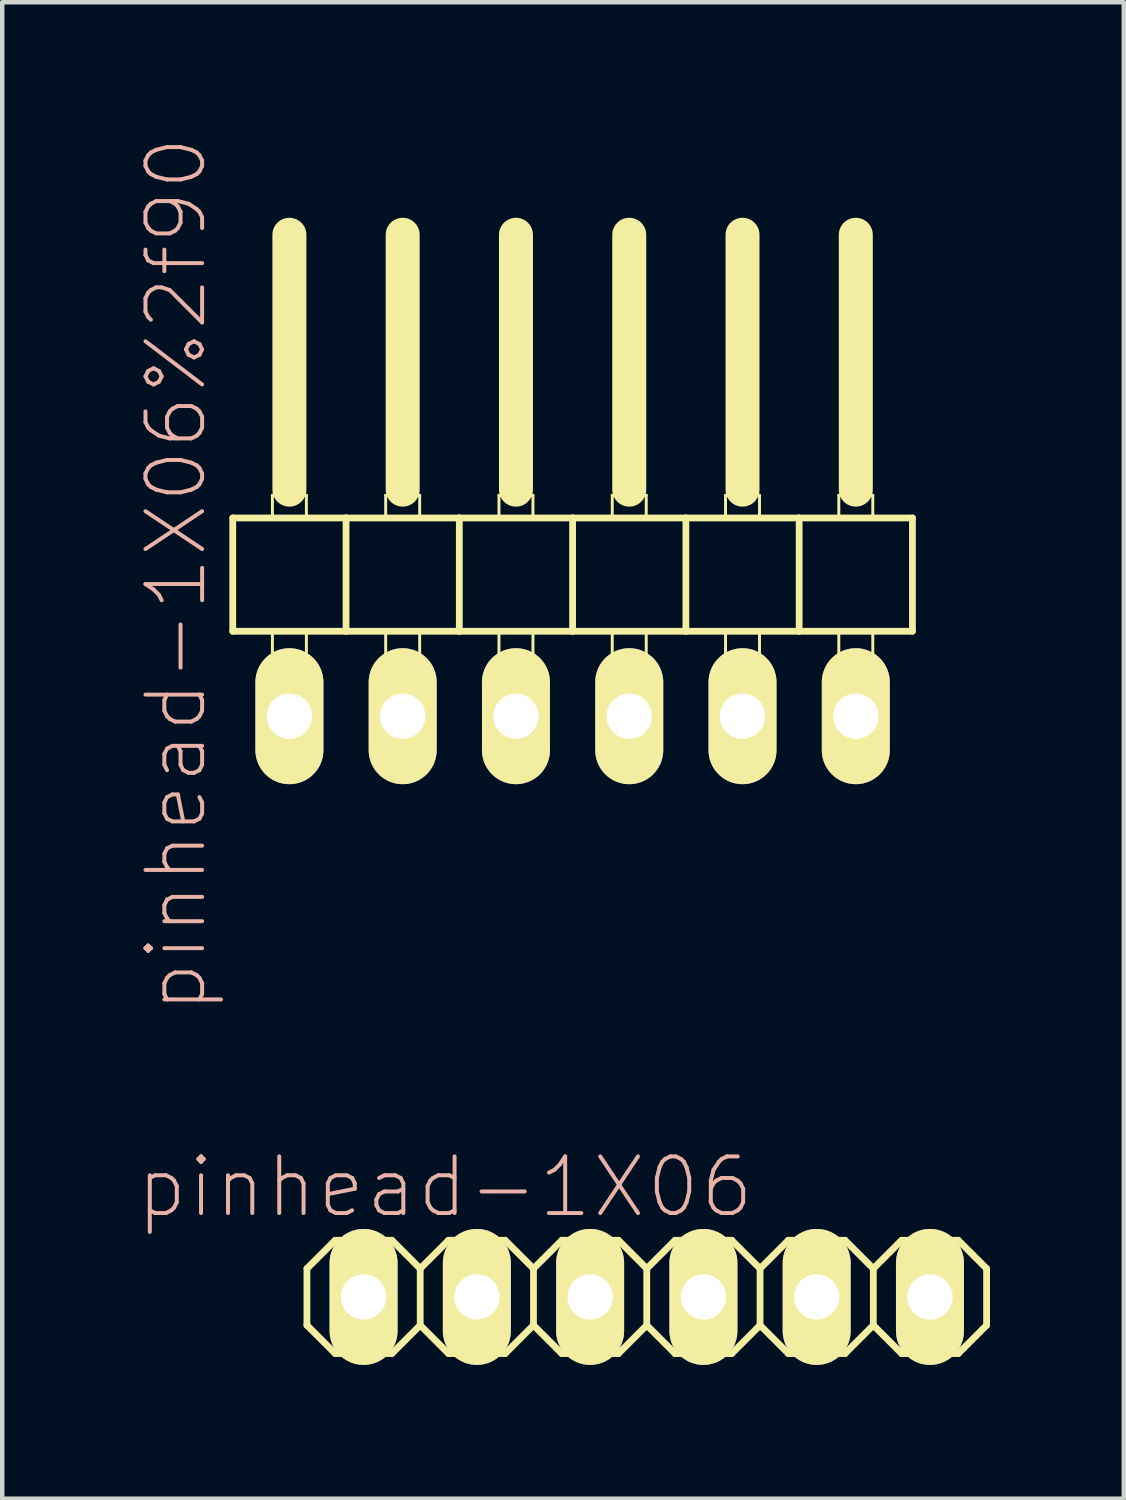
<source format=kicad_pcb>
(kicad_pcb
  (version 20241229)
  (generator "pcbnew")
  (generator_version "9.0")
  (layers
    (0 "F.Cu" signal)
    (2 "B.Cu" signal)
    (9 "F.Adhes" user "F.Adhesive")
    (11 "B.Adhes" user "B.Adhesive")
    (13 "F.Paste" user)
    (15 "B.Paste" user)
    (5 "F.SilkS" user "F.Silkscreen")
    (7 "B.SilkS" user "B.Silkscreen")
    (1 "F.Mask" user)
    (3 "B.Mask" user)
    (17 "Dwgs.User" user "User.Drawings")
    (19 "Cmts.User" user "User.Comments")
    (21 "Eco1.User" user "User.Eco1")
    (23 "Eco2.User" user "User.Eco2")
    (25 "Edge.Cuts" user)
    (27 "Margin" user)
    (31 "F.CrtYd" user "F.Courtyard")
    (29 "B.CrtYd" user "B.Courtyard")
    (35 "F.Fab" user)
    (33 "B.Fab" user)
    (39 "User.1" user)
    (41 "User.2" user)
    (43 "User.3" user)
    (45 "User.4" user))
  (footprint "pinhead-1X06%2f90"
    (layer "F.Cu")
    (at 9.789 9.199)
    (property "Reference" "pinhead-1X06%2f90" (at -8.89 0.635 90) (layer "B.SilkS") (effects (font (size 1.27 1.27) (thickness 0.089))))
    (attr exclude_from_pos_files exclude_from_bom)
    (fp_line (start -7.62 -0.635) (end -7.62 1.905) (stroke (width 0.152) (type solid)) (layer "F.SilkS"))
    (fp_line (start -7.62 1.905) (end -5.08 1.905) (stroke (width 0.152) (type solid)) (layer "F.SilkS"))
    (fp_line (start -6.731 -1.143) (end -5.969 -1.143) (stroke (width 0.066) (type solid)) (layer "F.SilkS"))
    (fp_line (start -6.731 -0.635) (end -6.731 -1.143) (stroke (width 0.066) (type solid)) (layer "F.SilkS"))
    (fp_line (start -6.731 -0.635) (end -5.969 -0.635) (stroke (width 0.066) (type solid)) (layer "F.SilkS"))
    (fp_line (start -6.731 1.905) (end -5.969 1.905) (stroke (width 0.066) (type solid)) (layer "F.SilkS"))
    (fp_line (start -6.731 2.921) (end -6.731 1.905) (stroke (width 0.066) (type solid)) (layer "F.SilkS"))
    (fp_line (start -6.731 2.921) (end -5.969 2.921) (stroke (width 0.066) (type solid)) (layer "F.SilkS"))
    (fp_line (start -6.35 -6.985) (end -6.35 -1.27) (stroke (width 0.762) (type solid)) (layer "F.SilkS"))
    (fp_line (start -5.969 -0.635) (end -5.969 -1.143) (stroke (width 0.066) (type solid)) (layer "F.SilkS"))
    (fp_line (start -5.969 2.921) (end -5.969 1.905) (stroke (width 0.066) (type solid)) (layer "F.SilkS"))
    (fp_line (start -5.08 -0.635) (end -7.62 -0.635) (stroke (width 0.152) (type solid)) (layer "F.SilkS"))
    (fp_line (start -5.08 1.905) (end -5.08 -0.635) (stroke (width 0.152) (type solid)) (layer "F.SilkS"))
    (fp_line (start -5.08 1.905) (end -2.54 1.905) (stroke (width 0.152) (type solid)) (layer "F.SilkS"))
    (fp_line (start -4.191 -1.143) (end -3.429 -1.143) (stroke (width 0.066) (type solid)) (layer "F.SilkS"))
    (fp_line (start -4.191 -0.635) (end -4.191 -1.143) (stroke (width 0.066) (type solid)) (layer "F.SilkS"))
    (fp_line (start -4.191 -0.635) (end -3.429 -0.635) (stroke (width 0.066) (type solid)) (layer "F.SilkS"))
    (fp_line (start -4.191 1.905) (end -3.429 1.905) (stroke (width 0.066) (type solid)) (layer "F.SilkS"))
    (fp_line (start -4.191 2.921) (end -4.191 1.905) (stroke (width 0.066) (type solid)) (layer "F.SilkS"))
    (fp_line (start -4.191 2.921) (end -3.429 2.921) (stroke (width 0.066) (type solid)) (layer "F.SilkS"))
    (fp_line (start -3.81 -6.985) (end -3.81 -1.27) (stroke (width 0.762) (type solid)) (layer "F.SilkS"))
    (fp_line (start -3.429 -0.635) (end -3.429 -1.143) (stroke (width 0.066) (type solid)) (layer "F.SilkS"))
    (fp_line (start -3.429 2.921) (end -3.429 1.905) (stroke (width 0.066) (type solid)) (layer "F.SilkS"))
    (fp_line (start -2.54 -0.635) (end -5.08 -0.635) (stroke (width 0.152) (type solid)) (layer "F.SilkS"))
    (fp_line (start -2.54 1.905) (end -2.54 -0.635) (stroke (width 0.152) (type solid)) (layer "F.SilkS"))
    (fp_line (start -2.54 1.905) (end 0 1.905) (stroke (width 0.152) (type solid)) (layer "F.SilkS"))
    (fp_line (start -1.651 -1.143) (end -0.889 -1.143) (stroke (width 0.066) (type solid)) (layer "F.SilkS"))
    (fp_line (start -1.651 -0.635) (end -1.651 -1.143) (stroke (width 0.066) (type solid)) (layer "F.SilkS"))
    (fp_line (start -1.651 -0.635) (end -0.889 -0.635) (stroke (width 0.066) (type solid)) (layer "F.SilkS"))
    (fp_line (start -1.651 1.905) (end -0.889 1.905) (stroke (width 0.066) (type solid)) (layer "F.SilkS"))
    (fp_line (start -1.651 2.921) (end -1.651 1.905) (stroke (width 0.066) (type solid)) (layer "F.SilkS"))
    (fp_line (start -1.651 2.921) (end -0.889 2.921) (stroke (width 0.066) (type solid)) (layer "F.SilkS"))
    (fp_line (start -1.27 -6.985) (end -1.27 -1.27) (stroke (width 0.762) (type solid)) (layer "F.SilkS"))
    (fp_line (start -0.889 -0.635) (end -0.889 -1.143) (stroke (width 0.066) (type solid)) (layer "F.SilkS"))
    (fp_line (start -0.889 2.921) (end -0.889 1.905) (stroke (width 0.066) (type solid)) (layer "F.SilkS"))
    (fp_line (start 0 -0.635) (end -2.54 -0.635) (stroke (width 0.152) (type solid)) (layer "F.SilkS"))
    (fp_line (start 0 1.905) (end 0 -0.635) (stroke (width 0.152) (type solid)) (layer "F.SilkS"))
    (fp_line (start 0 1.905) (end 2.54 1.905) (stroke (width 0.152) (type solid)) (layer "F.SilkS"))
    (fp_line (start 0.889 -1.143) (end 1.651 -1.143) (stroke (width 0.066) (type solid)) (layer "F.SilkS"))
    (fp_line (start 0.889 -0.635) (end 0.889 -1.143) (stroke (width 0.066) (type solid)) (layer "F.SilkS"))
    (fp_line (start 0.889 -0.635) (end 1.651 -0.635) (stroke (width 0.066) (type solid)) (layer "F.SilkS"))
    (fp_line (start 0.889 1.905) (end 1.651 1.905) (stroke (width 0.066) (type solid)) (layer "F.SilkS"))
    (fp_line (start 0.889 2.921) (end 0.889 1.905) (stroke (width 0.066) (type solid)) (layer "F.SilkS"))
    (fp_line (start 0.889 2.921) (end 1.651 2.921) (stroke (width 0.066) (type solid)) (layer "F.SilkS"))
    (fp_line (start 1.27 -6.985) (end 1.27 -1.27) (stroke (width 0.762) (type solid)) (layer "F.SilkS"))
    (fp_line (start 1.651 -0.635) (end 1.651 -1.143) (stroke (width 0.066) (type solid)) (layer "F.SilkS"))
    (fp_line (start 1.651 2.921) (end 1.651 1.905) (stroke (width 0.066) (type solid)) (layer "F.SilkS"))
    (fp_line (start 2.54 -0.635) (end 0 -0.635) (stroke (width 0.152) (type solid)) (layer "F.SilkS"))
    (fp_line (start 2.54 1.905) (end 2.54 -0.635) (stroke (width 0.152) (type solid)) (layer "F.SilkS"))
    (fp_line (start 2.54 1.905) (end 5.08 1.905) (stroke (width 0.152) (type solid)) (layer "F.SilkS"))
    (fp_line (start 3.429 -1.143) (end 4.191 -1.143) (stroke (width 0.066) (type solid)) (layer "F.SilkS"))
    (fp_line (start 3.429 -0.635) (end 3.429 -1.143) (stroke (width 0.066) (type solid)) (layer "F.SilkS"))
    (fp_line (start 3.429 -0.635) (end 4.191 -0.635) (stroke (width 0.066) (type solid)) (layer "F.SilkS"))
    (fp_line (start 3.429 1.905) (end 4.191 1.905) (stroke (width 0.066) (type solid)) (layer "F.SilkS"))
    (fp_line (start 3.429 2.921) (end 3.429 1.905) (stroke (width 0.066) (type solid)) (layer "F.SilkS"))
    (fp_line (start 3.429 2.921) (end 4.191 2.921) (stroke (width 0.066) (type solid)) (layer "F.SilkS"))
    (fp_line (start 3.81 -6.985) (end 3.81 -1.27) (stroke (width 0.762) (type solid)) (layer "F.SilkS"))
    (fp_line (start 4.191 -0.635) (end 4.191 -1.143) (stroke (width 0.066) (type solid)) (layer "F.SilkS"))
    (fp_line (start 4.191 2.921) (end 4.191 1.905) (stroke (width 0.066) (type solid)) (layer "F.SilkS"))
    (fp_line (start 5.08 -0.635) (end 2.54 -0.635) (stroke (width 0.152) (type solid)) (layer "F.SilkS"))
    (fp_line (start 5.08 1.905) (end 5.08 -0.635) (stroke (width 0.152) (type solid)) (layer "F.SilkS"))
    (fp_line (start 5.08 1.905) (end 7.62 1.905) (stroke (width 0.152) (type solid)) (layer "F.SilkS"))
    (fp_line (start 5.969 -1.143) (end 6.731 -1.143) (stroke (width 0.066) (type solid)) (layer "F.SilkS"))
    (fp_line (start 5.969 -0.635) (end 5.969 -1.143) (stroke (width 0.066) (type solid)) (layer "F.SilkS"))
    (fp_line (start 5.969 -0.635) (end 6.731 -0.635) (stroke (width 0.066) (type solid)) (layer "F.SilkS"))
    (fp_line (start 5.969 1.905) (end 6.731 1.905) (stroke (width 0.066) (type solid)) (layer "F.SilkS"))
    (fp_line (start 5.969 2.921) (end 5.969 1.905) (stroke (width 0.066) (type solid)) (layer "F.SilkS"))
    (fp_line (start 5.969 2.921) (end 6.731 2.921) (stroke (width 0.066) (type solid)) (layer "F.SilkS"))
    (fp_line (start 6.35 -6.985) (end 6.35 -1.27) (stroke (width 0.762) (type solid)) (layer "F.SilkS"))
    (fp_line (start 6.731 -0.635) (end 6.731 -1.143) (stroke (width 0.066) (type solid)) (layer "F.SilkS"))
    (fp_line (start 6.731 2.921) (end 6.731 1.905) (stroke (width 0.066) (type solid)) (layer "F.SilkS"))
    (fp_line (start 7.62 -0.635) (end 5.08 -0.635) (stroke (width 0.152) (type solid)) (layer "F.SilkS"))
    (fp_line (start 7.62 1.905) (end 7.62 -0.635) (stroke (width 0.152) (type solid)) (layer "F.SilkS"))
    (pad "1" thru_hole oval (at -6.35 3.81) (size 1.524 3.048) (drill 1.016) (layers "*.Cu" "F.Mask" "F.SilkS" "F.Paste"))
    (pad "2" thru_hole oval (at -3.81 3.81) (size 1.524 3.048) (drill 1.016) (layers "*.Cu" "F.Mask" "F.SilkS" "F.Paste"))
    (pad "3" thru_hole oval (at -1.27 3.81) (size 1.524 3.048) (drill 1.016) (layers "*.Cu" "F.Mask" "F.SilkS" "F.Paste"))
    (pad "4" thru_hole oval (at 1.27 3.81) (size 1.524 3.048) (drill 1.016) (layers "*.Cu" "F.Mask" "F.SilkS" "F.Paste"))
    (pad "5" thru_hole oval (at 3.81 3.81) (size 1.524 3.048) (drill 1.016) (layers "*.Cu" "F.Mask" "F.SilkS" "F.Paste"))
    (pad "6" thru_hole oval (at 6.35 3.81) (size 1.524 3.048) (drill 1.016) (layers "*.Cu" "F.Mask" "F.SilkS" "F.Paste")))
  (footprint "pinhead-1X06"
    (layer "F.Cu")
    (at 11.452 26.03)
    (property "Reference" "pinhead-1X06" (at -4.521 -2.464 0) (layer "B.SilkS") (effects (font (size 1.27 1.27) (thickness 0.089))))
    (attr exclude_from_pos_files exclude_from_bom)
    (fp_line (start -7.62 -0.635) (end -7.62 0.635) (stroke (width 0.152) (type solid)) (layer "F.SilkS"))
    (fp_line (start -7.62 0.635) (end -6.985 1.27) (stroke (width 0.152) (type solid)) (layer "F.SilkS"))
    (fp_line (start -6.985 -1.27) (end -7.62 -0.635) (stroke (width 0.152) (type solid)) (layer "F.SilkS"))
    (fp_line (start -6.985 -1.27) (end -5.715 -1.27) (stroke (width 0.152) (type solid)) (layer "F.SilkS"))
    (fp_line (start -6.604 -0.254) (end -6.096 -0.254) (stroke (width 0.066) (type solid)) (layer "F.SilkS"))
    (fp_line (start -6.604 0.254) (end -6.604 -0.254) (stroke (width 0.066) (type solid)) (layer "F.SilkS"))
    (fp_line (start -6.604 0.254) (end -6.096 0.254) (stroke (width 0.066) (type solid)) (layer "F.SilkS"))
    (fp_line (start -6.096 0.254) (end -6.096 -0.254) (stroke (width 0.066) (type solid)) (layer "F.SilkS"))
    (fp_line (start -5.715 -1.27) (end -5.08 -0.635) (stroke (width 0.152) (type solid)) (layer "F.SilkS"))
    (fp_line (start -5.715 1.27) (end -6.985 1.27) (stroke (width 0.152) (type solid)) (layer "F.SilkS"))
    (fp_line (start -5.08 -0.635) (end -5.08 0.635) (stroke (width 0.152) (type solid)) (layer "F.SilkS"))
    (fp_line (start -5.08 -0.635) (end -4.445 -1.27) (stroke (width 0.152) (type solid)) (layer "F.SilkS"))
    (fp_line (start -5.08 0.635) (end -5.715 1.27) (stroke (width 0.152) (type solid)) (layer "F.SilkS"))
    (fp_line (start -4.445 -1.27) (end -3.175 -1.27) (stroke (width 0.152) (type solid)) (layer "F.SilkS"))
    (fp_line (start -4.445 1.27) (end -5.08 0.635) (stroke (width 0.152) (type solid)) (layer "F.SilkS"))
    (fp_line (start -4.064 -0.254) (end -3.556 -0.254) (stroke (width 0.066) (type solid)) (layer "F.SilkS"))
    (fp_line (start -4.064 0.254) (end -4.064 -0.254) (stroke (width 0.066) (type solid)) (layer "F.SilkS"))
    (fp_line (start -4.064 0.254) (end -3.556 0.254) (stroke (width 0.066) (type solid)) (layer "F.SilkS"))
    (fp_line (start -3.556 0.254) (end -3.556 -0.254) (stroke (width 0.066) (type solid)) (layer "F.SilkS"))
    (fp_line (start -3.175 -1.27) (end -2.54 -0.635) (stroke (width 0.152) (type solid)) (layer "F.SilkS"))
    (fp_line (start -3.175 1.27) (end -4.445 1.27) (stroke (width 0.152) (type solid)) (layer "F.SilkS"))
    (fp_line (start -2.54 -0.635) (end -2.54 0.635) (stroke (width 0.152) (type solid)) (layer "F.SilkS"))
    (fp_line (start -2.54 -0.635) (end -1.905 -1.27) (stroke (width 0.152) (type solid)) (layer "F.SilkS"))
    (fp_line (start -2.54 0.635) (end -3.175 1.27) (stroke (width 0.152) (type solid)) (layer "F.SilkS"))
    (fp_line (start -1.905 -1.27) (end -0.635 -1.27) (stroke (width 0.152) (type solid)) (layer "F.SilkS"))
    (fp_line (start -1.905 1.27) (end -2.54 0.635) (stroke (width 0.152) (type solid)) (layer "F.SilkS"))
    (fp_line (start -1.524 -0.254) (end -1.016 -0.254) (stroke (width 0.066) (type solid)) (layer "F.SilkS"))
    (fp_line (start -1.524 0.254) (end -1.524 -0.254) (stroke (width 0.066) (type solid)) (layer "F.SilkS"))
    (fp_line (start -1.524 0.254) (end -1.016 0.254) (stroke (width 0.066) (type solid)) (layer "F.SilkS"))
    (fp_line (start -1.016 0.254) (end -1.016 -0.254) (stroke (width 0.066) (type solid)) (layer "F.SilkS"))
    (fp_line (start -0.635 -1.27) (end 0 -0.635) (stroke (width 0.152) (type solid)) (layer "F.SilkS"))
    (fp_line (start -0.635 1.27) (end -1.905 1.27) (stroke (width 0.152) (type solid)) (layer "F.SilkS"))
    (fp_line (start 0 -0.635) (end 0 0.635) (stroke (width 0.152) (type solid)) (layer "F.SilkS"))
    (fp_line (start 0 0.635) (end -0.635 1.27) (stroke (width 0.152) (type solid)) (layer "F.SilkS"))
    (fp_line (start 0 0.635) (end 0.635 1.27) (stroke (width 0.152) (type solid)) (layer "F.SilkS"))
    (fp_line (start 0.635 -1.27) (end 0 -0.635) (stroke (width 0.152) (type solid)) (layer "F.SilkS"))
    (fp_line (start 0.635 -1.27) (end 1.905 -1.27) (stroke (width 0.152) (type solid)) (layer "F.SilkS"))
    (fp_line (start 1.016 -0.254) (end 1.524 -0.254) (stroke (width 0.066) (type solid)) (layer "F.SilkS"))
    (fp_line (start 1.016 0.254) (end 1.016 -0.254) (stroke (width 0.066) (type solid)) (layer "F.SilkS"))
    (fp_line (start 1.016 0.254) (end 1.524 0.254) (stroke (width 0.066) (type solid)) (layer "F.SilkS"))
    (fp_line (start 1.524 0.254) (end 1.524 -0.254) (stroke (width 0.066) (type solid)) (layer "F.SilkS"))
    (fp_line (start 1.905 -1.27) (end 2.54 -0.635) (stroke (width 0.152) (type solid)) (layer "F.SilkS"))
    (fp_line (start 1.905 1.27) (end 0.635 1.27) (stroke (width 0.152) (type solid)) (layer "F.SilkS"))
    (fp_line (start 2.54 -0.635) (end 2.54 0.635) (stroke (width 0.152) (type solid)) (layer "F.SilkS"))
    (fp_line (start 2.54 -0.635) (end 3.175 -1.27) (stroke (width 0.152) (type solid)) (layer "F.SilkS"))
    (fp_line (start 2.54 0.635) (end 1.905 1.27) (stroke (width 0.152) (type solid)) (layer "F.SilkS"))
    (fp_line (start 3.175 -1.27) (end 4.445 -1.27) (stroke (width 0.152) (type solid)) (layer "F.SilkS"))
    (fp_line (start 3.175 1.27) (end 2.54 0.635) (stroke (width 0.152) (type solid)) (layer "F.SilkS"))
    (fp_line (start 3.556 -0.254) (end 4.064 -0.254) (stroke (width 0.066) (type solid)) (layer "F.SilkS"))
    (fp_line (start 3.556 0.254) (end 3.556 -0.254) (stroke (width 0.066) (type solid)) (layer "F.SilkS"))
    (fp_line (start 3.556 0.254) (end 4.064 0.254) (stroke (width 0.066) (type solid)) (layer "F.SilkS"))
    (fp_line (start 4.064 0.254) (end 4.064 -0.254) (stroke (width 0.066) (type solid)) (layer "F.SilkS"))
    (fp_line (start 4.445 -1.27) (end 5.08 -0.635) (stroke (width 0.152) (type solid)) (layer "F.SilkS"))
    (fp_line (start 4.445 1.27) (end 3.175 1.27) (stroke (width 0.152) (type solid)) (layer "F.SilkS"))
    (fp_line (start 5.08 -0.635) (end 5.08 0.635) (stroke (width 0.152) (type solid)) (layer "F.SilkS"))
    (fp_line (start 5.08 0.635) (end 4.445 1.27) (stroke (width 0.152) (type solid)) (layer "F.SilkS"))
    (fp_line (start 5.08 0.635) (end 5.715 1.27) (stroke (width 0.152) (type solid)) (layer "F.SilkS"))
    (fp_line (start 5.715 -1.27) (end 5.08 -0.635) (stroke (width 0.152) (type solid)) (layer "F.SilkS"))
    (fp_line (start 5.715 -1.27) (end 6.985 -1.27) (stroke (width 0.152) (type solid)) (layer "F.SilkS"))
    (fp_line (start 6.096 -0.254) (end 6.604 -0.254) (stroke (width 0.066) (type solid)) (layer "F.SilkS"))
    (fp_line (start 6.096 0.254) (end 6.096 -0.254) (stroke (width 0.066) (type solid)) (layer "F.SilkS"))
    (fp_line (start 6.096 0.254) (end 6.604 0.254) (stroke (width 0.066) (type solid)) (layer "F.SilkS"))
    (fp_line (start 6.604 0.254) (end 6.604 -0.254) (stroke (width 0.066) (type solid)) (layer "F.SilkS"))
    (fp_line (start 6.985 -1.27) (end 7.62 -0.635) (stroke (width 0.152) (type solid)) (layer "F.SilkS"))
    (fp_line (start 6.985 1.27) (end 5.715 1.27) (stroke (width 0.152) (type solid)) (layer "F.SilkS"))
    (fp_line (start 7.62 -0.635) (end 7.62 0.635) (stroke (width 0.152) (type solid)) (layer "F.SilkS"))
    (fp_line (start 7.62 0.635) (end 6.985 1.27) (stroke (width 0.152) (type solid)) (layer "F.SilkS"))
    (pad "1" thru_hole oval (at -6.35 0) (size 1.524 3.048) (drill 1.016) (layers "*.Cu" "F.Mask" "F.SilkS" "F.Paste"))
    (pad "2" thru_hole oval (at -3.81 0) (size 1.524 3.048) (drill 1.016) (layers "*.Cu" "F.Mask" "F.SilkS" "F.Paste"))
    (pad "3" thru_hole oval (at -1.27 0) (size 1.524 3.048) (drill 1.016) (layers "*.Cu" "F.Mask" "F.SilkS" "F.Paste"))
    (pad "4" thru_hole oval (at 1.27 0) (size 1.524 3.048) (drill 1.016) (layers "*.Cu" "F.Mask" "F.SilkS" "F.Paste"))
    (pad "5" thru_hole oval (at 3.81 0) (size 1.524 3.048) (drill 1.016) (layers "*.Cu" "F.Mask" "F.SilkS" "F.Paste"))
    (pad "6" thru_hole oval (at 6.35 0) (size 1.524 3.048) (drill 1.016) (layers "*.Cu" "F.Mask" "F.SilkS" "F.Paste")))
  (gr_rect
    (start -3 -3)
    (end 22.148 30.554)
    (stroke (width 0.1) (type default))
    (fill no)
    (layer "Edge.Cuts")))
</source>
